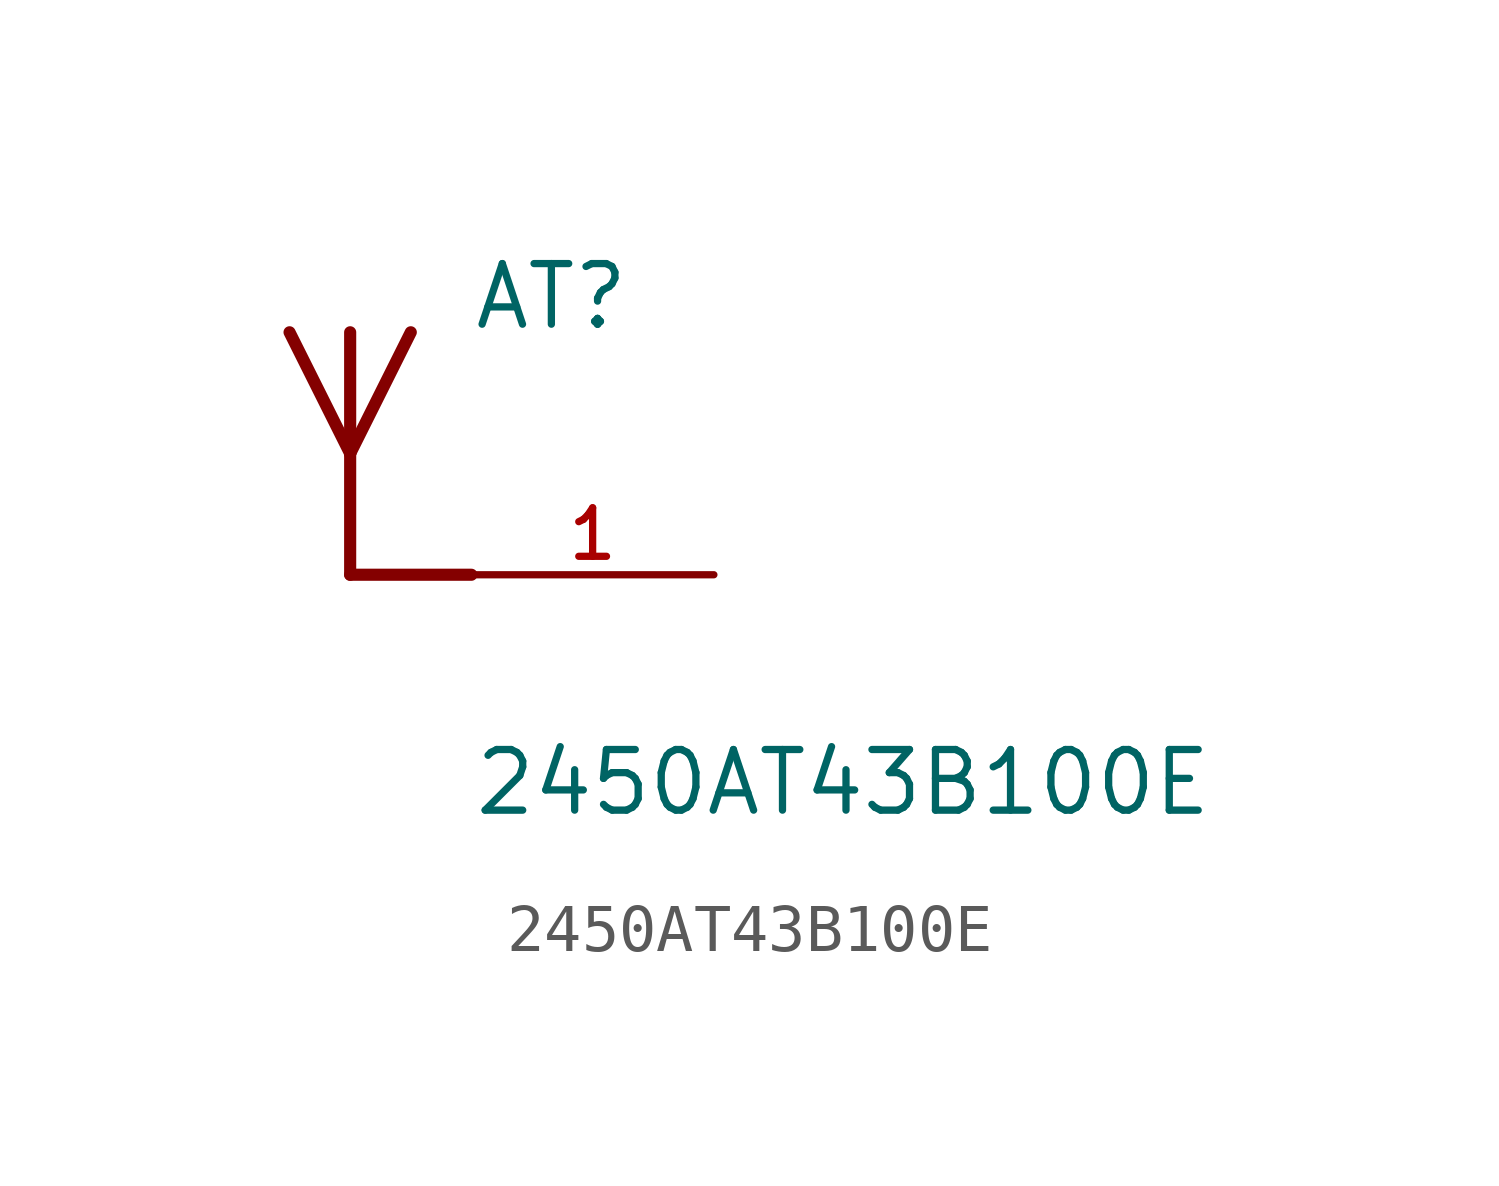
<source format=kicad_sym>
(kicad_symbol_lib
  (version 20211014)
  (generator kicad_symbol_editor)
  (symbol "2450AT43B100E"
    (pin_names
      (offset 1.016))
    (property "Reference" "AT"
      (at 2.543 5.086 0)
      (effects (font (size 1.27 1.27)) (justify bottom left)))
    (property "Value" "2450AT43B100E"
      (at 2.547 -5.095 0)
      (effects (font (size 1.27 1.27)) (justify bottom left)))
    (symbol "2450AT43B100E_0_0"
      (polyline (pts (xy 0.0 0.0) (xy 0.0 2.54)) (stroke (width 0.254)))
      (polyline (pts (xy 0.0 2.54) (xy 0.0 5.08)) (stroke (width 0.254)))
      (polyline (pts (xy 0.0 2.54) (xy -1.27 5.08)) (stroke (width 0.254)))
      (polyline (pts (xy 0.0 2.54) (xy 1.27 5.08)) (stroke (width 0.254)))
      (polyline (pts (xy 0.0 0.0) (xy 2.54 0.0)) (stroke (width 0.254)))
      (pin passive line (at 7.62 0.0 180.0) (length 5.08) (name "~" (effects (font (size 1.016 1.016)))) (number "1" (effects (font (size 1.016 1.016))))))))
</source>
